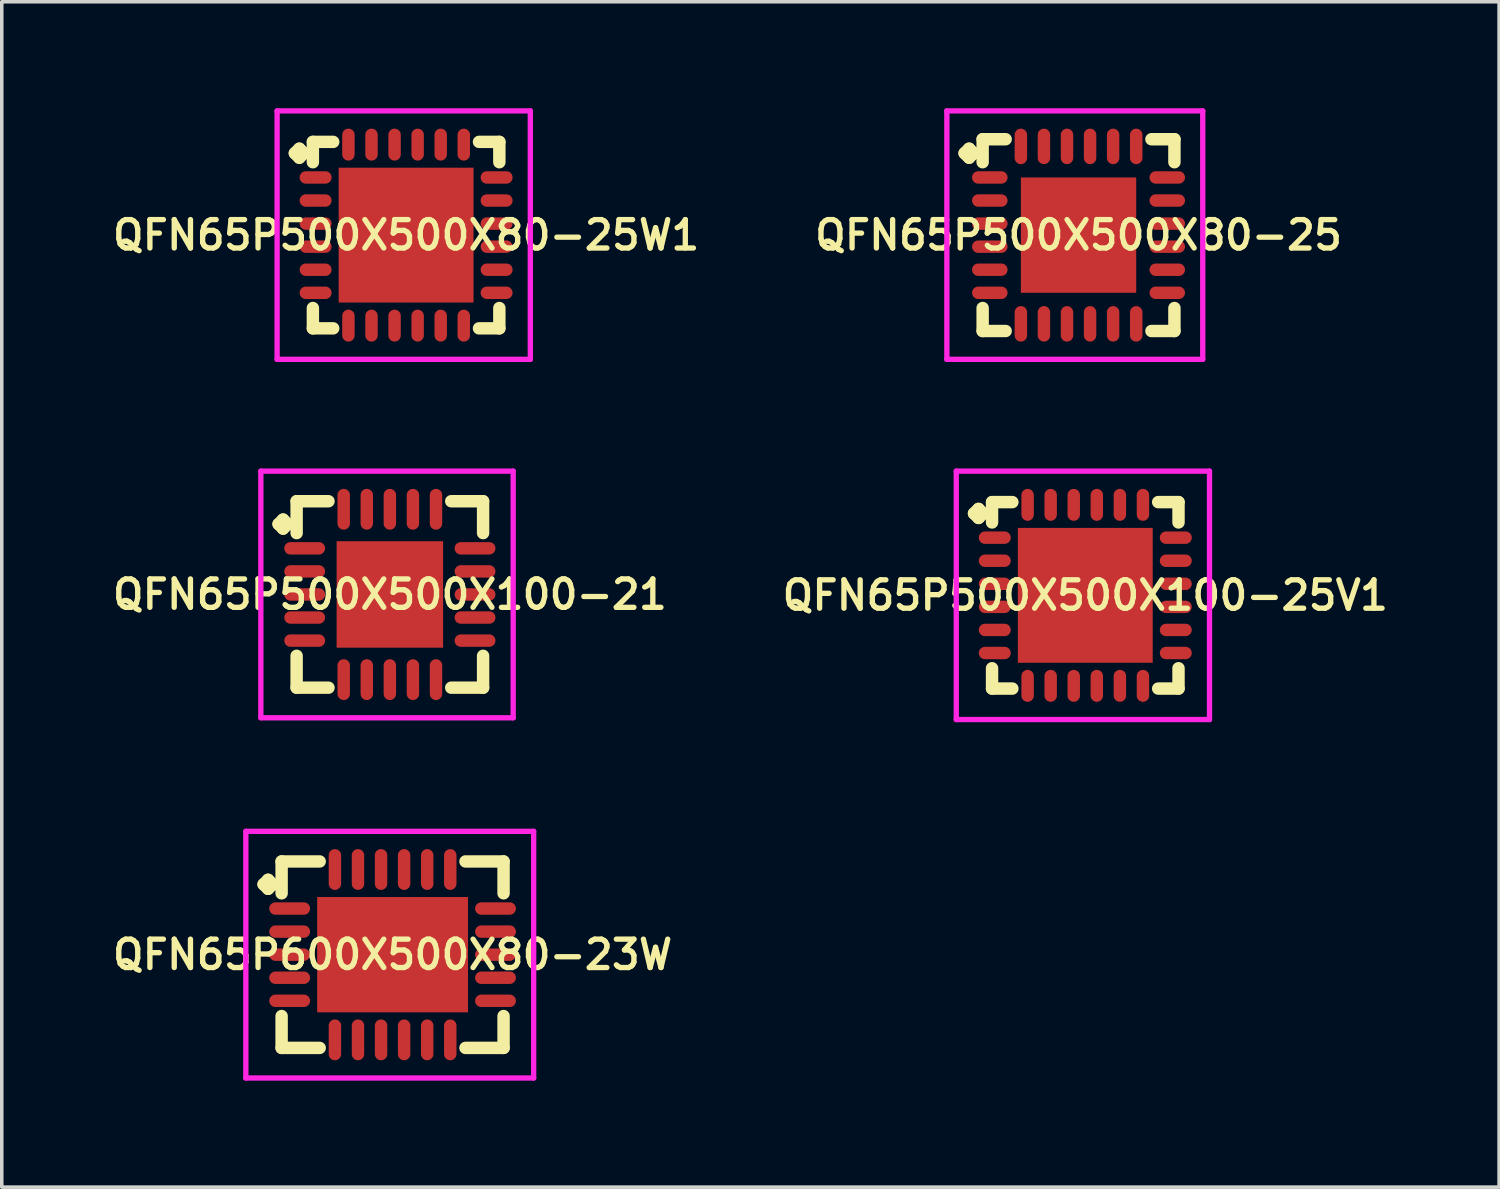
<source format=kicad_pcb>
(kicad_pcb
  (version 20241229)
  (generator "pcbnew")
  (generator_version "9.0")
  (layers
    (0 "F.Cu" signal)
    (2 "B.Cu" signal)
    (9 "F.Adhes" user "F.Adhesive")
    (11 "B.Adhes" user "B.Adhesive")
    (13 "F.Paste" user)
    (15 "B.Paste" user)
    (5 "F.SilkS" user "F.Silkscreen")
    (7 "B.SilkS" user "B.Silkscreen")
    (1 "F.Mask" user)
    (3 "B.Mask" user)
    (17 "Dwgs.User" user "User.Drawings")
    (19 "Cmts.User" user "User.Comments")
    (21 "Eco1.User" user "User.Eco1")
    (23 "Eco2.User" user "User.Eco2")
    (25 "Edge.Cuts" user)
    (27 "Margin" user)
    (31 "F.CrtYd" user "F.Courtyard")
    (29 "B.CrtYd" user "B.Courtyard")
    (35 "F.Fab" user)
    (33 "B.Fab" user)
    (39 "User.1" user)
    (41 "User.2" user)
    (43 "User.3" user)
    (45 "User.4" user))
  (footprint "QFN65P500X500X80-25"
    (layer "F.Cu")
    (at 27.34 3.575)
    (property "Reference" "QFN65P500X500X80-25" (at 0 0 0) (layer "F.SilkS") (effects (font (size 0.8 0.8) (thickness 0.15))))
    (attr smd)
    (fp_line (start -3.21 -2.308) (end -3.083 -2.435) (stroke (width 0.35) (type solid)) (layer "F.SilkS"))
    (fp_line (start -3.083 -2.435) (end -2.956 -2.308) (stroke (width 0.35) (type solid)) (layer "F.SilkS"))
    (fp_line (start -3.083 -2.181) (end -3.21 -2.308) (stroke (width 0.35) (type solid)) (layer "F.SilkS"))
    (fp_line (start -2.956 -2.308) (end -3.083 -2.181) (stroke (width 0.35) (type solid)) (layer "F.SilkS"))
    (fp_line (start -2.702 -2.702) (end -2.054 -2.702) (stroke (width 0.35) (type solid)) (layer "F.SilkS"))
    (fp_line (start -2.702 -2.054) (end -2.702 -2.702) (stroke (width 0.35) (type solid)) (layer "F.SilkS"))
    (fp_line (start -2.702 2.054) (end -2.702 2.702) (stroke (width 0.35) (type solid)) (layer "F.SilkS"))
    (fp_line (start -2.702 2.702) (end -2.054 2.702) (stroke (width 0.35) (type solid)) (layer "F.SilkS"))
    (fp_line (start 2.054 -2.702) (end 2.702 -2.702) (stroke (width 0.35) (type solid)) (layer "F.SilkS"))
    (fp_line (start 2.054 2.702) (end 2.702 2.702) (stroke (width 0.35) (type solid)) (layer "F.SilkS"))
    (fp_line (start 2.702 -2.702) (end 2.702 -2.054) (stroke (width 0.35) (type solid)) (layer "F.SilkS"))
    (fp_line (start 2.702 2.702) (end 2.702 2.054) (stroke (width 0.35) (type solid)) (layer "F.SilkS"))
    (fp_line (start -3.71 -3.5) (end 3.5 -3.5) (stroke (width 0.15) (type solid)) (layer "F.CrtYd"))
    (fp_line (start -3.71 3.5) (end -3.71 -3.5) (stroke (width 0.15) (type solid)) (layer "F.CrtYd"))
    (fp_line (start 3.5 -3.5) (end 3.5 3.5) (stroke (width 0.15) (type solid)) (layer "F.CrtYd"))
    (fp_line (start 3.5 3.5) (end -3.71 3.5) (stroke (width 0.15) (type solid)) (layer "F.CrtYd"))
    (pad "1" smd oval (at -2.5 -1.625) (size 1 0.35) (layers "F.Cu" "F.Mask" "F.Paste"))
    (pad "2" smd oval (at -2.5 -0.975) (size 1 0.35) (layers "F.Cu" "F.Mask" "F.Paste"))
    (pad "3" smd oval (at -2.5 -0.325) (size 1 0.35) (layers "F.Cu" "F.Mask" "F.Paste"))
    (pad "4" smd oval (at -2.5 0.325) (size 1 0.35) (layers "F.Cu" "F.Mask" "F.Paste"))
    (pad "5" smd oval (at -2.5 0.975) (size 1 0.35) (layers "F.Cu" "F.Mask" "F.Paste"))
    (pad "6" smd oval (at -2.5 1.625) (size 1 0.35) (layers "F.Cu" "F.Mask" "F.Paste"))
    (pad "7" smd oval (at -1.625 2.5) (size 0.35 1) (layers "F.Cu" "F.Mask" "F.Paste"))
    (pad "8" smd oval (at -0.975 2.5) (size 0.35 1) (layers "F.Cu" "F.Mask" "F.Paste"))
    (pad "9" smd oval (at -0.325 2.5) (size 0.35 1) (layers "F.Cu" "F.Mask" "F.Paste"))
    (pad "10" smd oval (at 0.325 2.5) (size 0.35 1) (layers "F.Cu" "F.Mask" "F.Paste"))
    (pad "11" smd oval (at 0.975 2.5) (size 0.35 1) (layers "F.Cu" "F.Mask" "F.Paste"))
    (pad "12" smd oval (at 1.625 2.5) (size 0.35 1) (layers "F.Cu" "F.Mask" "F.Paste"))
    (pad "13" smd oval (at 2.5 1.625) (size 1 0.35) (layers "F.Cu" "F.Mask" "F.Paste"))
    (pad "14" smd oval (at 2.5 0.975) (size 1 0.35) (layers "F.Cu" "F.Mask" "F.Paste"))
    (pad "15" smd oval (at 2.5 0.325) (size 1 0.35) (layers "F.Cu" "F.Mask" "F.Paste"))
    (pad "16" smd oval (at 2.5 -0.325) (size 1 0.35) (layers "F.Cu" "F.Mask" "F.Paste"))
    (pad "17" smd oval (at 2.5 -0.975) (size 1 0.35) (layers "F.Cu" "F.Mask" "F.Paste"))
    (pad "18" smd oval (at 2.5 -1.625) (size 1 0.35) (layers "F.Cu" "F.Mask" "F.Paste"))
    (pad "19" smd oval (at 1.625 -2.5) (size 0.35 1) (layers "F.Cu" "F.Mask" "F.Paste"))
    (pad "20" smd oval (at 0.975 -2.5) (size 0.35 1) (layers "F.Cu" "F.Mask" "F.Paste"))
    (pad "21" smd oval (at 0.325 -2.5) (size 0.35 1) (layers "F.Cu" "F.Mask" "F.Paste"))
    (pad "22" smd oval (at -0.325 -2.5) (size 0.35 1) (layers "F.Cu" "F.Mask" "F.Paste"))
    (pad "23" smd oval (at -0.975 -2.5) (size 0.35 1) (layers "F.Cu" "F.Mask" "F.Paste"))
    (pad "24" smd oval (at -1.625 -2.5) (size 0.35 1) (layers "F.Cu" "F.Mask" "F.Paste"))
    (pad "25" smd rect (at 0 0) (size 3.25 3.25) (layers "F.Cu" "F.Mask" "F.Paste")))
  (footprint "QFN65P500X500X80-25W1"
    (layer "F.Cu")
    (at 8.393 3.575)
    (property "Reference" "QFN65P500X500X80-25W1" (at 0 0 0) (layer "F.SilkS") (effects (font (size 0.8 0.8) (thickness 0.15))))
    (attr smd)
    (fp_line (start -3.135 -2.308) (end -3.008 -2.435) (stroke (width 0.35) (type solid)) (layer "F.SilkS"))
    (fp_line (start -3.008 -2.435) (end -2.881 -2.308) (stroke (width 0.35) (type solid)) (layer "F.SilkS"))
    (fp_line (start -3.008 -2.181) (end -3.135 -2.308) (stroke (width 0.35) (type solid)) (layer "F.SilkS"))
    (fp_line (start -2.881 -2.308) (end -3.008 -2.181) (stroke (width 0.35) (type solid)) (layer "F.SilkS"))
    (fp_line (start -2.627 -2.627) (end -2.054 -2.627) (stroke (width 0.35) (type solid)) (layer "F.SilkS"))
    (fp_line (start -2.627 -2.054) (end -2.627 -2.627) (stroke (width 0.35) (type solid)) (layer "F.SilkS"))
    (fp_line (start -2.627 2.054) (end -2.627 2.627) (stroke (width 0.35) (type solid)) (layer "F.SilkS"))
    (fp_line (start -2.627 2.627) (end -2.054 2.627) (stroke (width 0.35) (type solid)) (layer "F.SilkS"))
    (fp_line (start 2.054 -2.627) (end 2.627 -2.627) (stroke (width 0.35) (type solid)) (layer "F.SilkS"))
    (fp_line (start 2.054 2.627) (end 2.627 2.627) (stroke (width 0.35) (type solid)) (layer "F.SilkS"))
    (fp_line (start 2.627 -2.627) (end 2.627 -2.054) (stroke (width 0.35) (type solid)) (layer "F.SilkS"))
    (fp_line (start 2.627 2.627) (end 2.627 2.054) (stroke (width 0.35) (type solid)) (layer "F.SilkS"))
    (fp_line (start -3.635 -3.5) (end 3.5 -3.5) (stroke (width 0.15) (type solid)) (layer "F.CrtYd"))
    (fp_line (start -3.635 3.5) (end -3.635 -3.5) (stroke (width 0.15) (type solid)) (layer "F.CrtYd"))
    (fp_line (start 3.5 -3.5) (end 3.5 3.5) (stroke (width 0.15) (type solid)) (layer "F.CrtYd"))
    (fp_line (start 3.5 3.5) (end -3.635 3.5) (stroke (width 0.15) (type solid)) (layer "F.CrtYd"))
    (pad "1" smd oval (at -2.55 -1.625) (size 0.9 0.35) (layers "F.Cu" "F.Mask" "F.Paste"))
    (pad "2" smd oval (at -2.55 -0.975) (size 0.9 0.35) (layers "F.Cu" "F.Mask" "F.Paste"))
    (pad "3" smd oval (at -2.55 -0.325) (size 0.9 0.35) (layers "F.Cu" "F.Mask" "F.Paste"))
    (pad "4" smd oval (at -2.55 0.325) (size 0.9 0.35) (layers "F.Cu" "F.Mask" "F.Paste"))
    (pad "5" smd oval (at -2.55 0.975) (size 0.9 0.35) (layers "F.Cu" "F.Mask" "F.Paste"))
    (pad "6" smd oval (at -2.55 1.625) (size 0.9 0.35) (layers "F.Cu" "F.Mask" "F.Paste"))
    (pad "7" smd oval (at -1.625 2.55) (size 0.35 0.9) (layers "F.Cu" "F.Mask" "F.Paste"))
    (pad "8" smd oval (at -0.975 2.55) (size 0.35 0.9) (layers "F.Cu" "F.Mask" "F.Paste"))
    (pad "9" smd oval (at -0.325 2.55) (size 0.35 0.9) (layers "F.Cu" "F.Mask" "F.Paste"))
    (pad "10" smd oval (at 0.325 2.55) (size 0.35 0.9) (layers "F.Cu" "F.Mask" "F.Paste"))
    (pad "11" smd oval (at 0.975 2.55) (size 0.35 0.9) (layers "F.Cu" "F.Mask" "F.Paste"))
    (pad "12" smd oval (at 1.625 2.55) (size 0.35 0.9) (layers "F.Cu" "F.Mask" "F.Paste"))
    (pad "13" smd oval (at 2.55 1.625) (size 0.9 0.35) (layers "F.Cu" "F.Mask" "F.Paste"))
    (pad "14" smd oval (at 2.55 0.975) (size 0.9 0.35) (layers "F.Cu" "F.Mask" "F.Paste"))
    (pad "15" smd oval (at 2.55 0.325) (size 0.9 0.35) (layers "F.Cu" "F.Mask" "F.Paste"))
    (pad "16" smd oval (at 2.55 -0.325) (size 0.9 0.35) (layers "F.Cu" "F.Mask" "F.Paste"))
    (pad "17" smd oval (at 2.55 -0.975) (size 0.9 0.35) (layers "F.Cu" "F.Mask" "F.Paste"))
    (pad "18" smd oval (at 2.55 -1.625) (size 0.9 0.35) (layers "F.Cu" "F.Mask" "F.Paste"))
    (pad "19" smd oval (at 1.625 -2.55) (size 0.35 0.9) (layers "F.Cu" "F.Mask" "F.Paste"))
    (pad "20" smd oval (at 0.975 -2.55) (size 0.35 0.9) (layers "F.Cu" "F.Mask" "F.Paste"))
    (pad "21" smd oval (at 0.325 -2.55) (size 0.35 0.9) (layers "F.Cu" "F.Mask" "F.Paste"))
    (pad "22" smd oval (at -0.325 -2.55) (size 0.35 0.9) (layers "F.Cu" "F.Mask" "F.Paste"))
    (pad "23" smd oval (at -0.975 -2.55) (size 0.35 0.9) (layers "F.Cu" "F.Mask" "F.Paste"))
    (pad "24" smd oval (at -1.625 -2.55) (size 0.35 0.9) (layers "F.Cu" "F.Mask" "F.Paste"))
    (pad "25" smd rect (at 0 0) (size 3.8 3.8) (layers "F.Cu" "F.Mask" "F.Paste")))
  (footprint "QFN65P500X500X100-21"
    (layer "F.Cu")
    (at 7.935 13.7)
    (property "Reference" "QFN65P500X500X100-21" (at 0 0 0) (layer "F.SilkS") (effects (font (size 0.8 0.8) (thickness 0.15))))
    (attr smd)
    (fp_line (start -3.135 -1.983) (end -3.008 -2.11) (stroke (width 0.35) (type solid)) (layer "F.SilkS"))
    (fp_line (start -3.008 -2.11) (end -2.881 -1.983) (stroke (width 0.35) (type solid)) (layer "F.SilkS"))
    (fp_line (start -3.008 -1.856) (end -3.135 -1.983) (stroke (width 0.35) (type solid)) (layer "F.SilkS"))
    (fp_line (start -2.881 -1.983) (end -3.008 -1.856) (stroke (width 0.35) (type solid)) (layer "F.SilkS"))
    (fp_line (start -2.627 -2.627) (end -1.729 -2.627) (stroke (width 0.35) (type solid)) (layer "F.SilkS"))
    (fp_line (start -2.627 -1.729) (end -2.627 -2.627) (stroke (width 0.35) (type solid)) (layer "F.SilkS"))
    (fp_line (start -2.627 1.729) (end -2.627 2.627) (stroke (width 0.35) (type solid)) (layer "F.SilkS"))
    (fp_line (start -2.627 2.627) (end -1.729 2.627) (stroke (width 0.35) (type solid)) (layer "F.SilkS"))
    (fp_line (start 1.729 -2.627) (end 2.627 -2.627) (stroke (width 0.35) (type solid)) (layer "F.SilkS"))
    (fp_line (start 1.729 2.627) (end 2.627 2.627) (stroke (width 0.35) (type solid)) (layer "F.SilkS"))
    (fp_line (start 2.627 -2.627) (end 2.627 -1.729) (stroke (width 0.35) (type solid)) (layer "F.SilkS"))
    (fp_line (start 2.627 2.627) (end 2.627 1.729) (stroke (width 0.35) (type solid)) (layer "F.SilkS"))
    (fp_line (start -3.635 -3.475) (end 3.475 -3.475) (stroke (width 0.15) (type solid)) (layer "F.CrtYd"))
    (fp_line (start -3.635 3.475) (end -3.635 -3.475) (stroke (width 0.15) (type solid)) (layer "F.CrtYd"))
    (fp_line (start 3.475 -3.475) (end 3.475 3.475) (stroke (width 0.15) (type solid)) (layer "F.CrtYd"))
    (fp_line (start 3.475 3.475) (end -3.635 3.475) (stroke (width 0.15) (type solid)) (layer "F.CrtYd"))
    (pad "1" smd oval (at -2.4 -1.3) (size 1.15 0.35) (layers "F.Cu" "F.Mask" "F.Paste"))
    (pad "2" smd oval (at -2.4 -0.65) (size 1.15 0.35) (layers "F.Cu" "F.Mask" "F.Paste"))
    (pad "3" smd oval (at -2.4 0) (size 1.15 0.35) (layers "F.Cu" "F.Mask" "F.Paste"))
    (pad "4" smd oval (at -2.4 0.65) (size 1.15 0.35) (layers "F.Cu" "F.Mask" "F.Paste"))
    (pad "5" smd oval (at -2.4 1.3) (size 1.15 0.35) (layers "F.Cu" "F.Mask" "F.Paste"))
    (pad "6" smd oval (at -1.3 2.4) (size 0.35 1.15) (layers "F.Cu" "F.Mask" "F.Paste"))
    (pad "7" smd oval (at -0.65 2.4) (size 0.35 1.15) (layers "F.Cu" "F.Mask" "F.Paste"))
    (pad "8" smd oval (at 0 2.4) (size 0.35 1.15) (layers "F.Cu" "F.Mask" "F.Paste"))
    (pad "9" smd oval (at 0.65 2.4) (size 0.35 1.15) (layers "F.Cu" "F.Mask" "F.Paste"))
    (pad "10" smd oval (at 1.3 2.4) (size 0.35 1.15) (layers "F.Cu" "F.Mask" "F.Paste"))
    (pad "11" smd oval (at 2.4 1.3) (size 1.15 0.35) (layers "F.Cu" "F.Mask" "F.Paste"))
    (pad "12" smd oval (at 2.4 0.65) (size 1.15 0.35) (layers "F.Cu" "F.Mask" "F.Paste"))
    (pad "13" smd oval (at 2.4 0) (size 1.15 0.35) (layers "F.Cu" "F.Mask" "F.Paste"))
    (pad "14" smd oval (at 2.4 -0.65) (size 1.15 0.35) (layers "F.Cu" "F.Mask" "F.Paste"))
    (pad "15" smd oval (at 2.4 -1.3) (size 1.15 0.35) (layers "F.Cu" "F.Mask" "F.Paste"))
    (pad "16" smd oval (at 1.3 -2.4) (size 0.35 1.15) (layers "F.Cu" "F.Mask" "F.Paste"))
    (pad "17" smd oval (at 0.65 -2.4) (size 0.35 1.15) (layers "F.Cu" "F.Mask" "F.Paste"))
    (pad "18" smd oval (at 0 -2.4) (size 0.35 1.15) (layers "F.Cu" "F.Mask" "F.Paste"))
    (pad "19" smd oval (at -0.65 -2.4) (size 0.35 1.15) (layers "F.Cu" "F.Mask" "F.Paste"))
    (pad "20" smd oval (at -1.3 -2.4) (size 0.35 1.15) (layers "F.Cu" "F.Mask" "F.Paste"))
    (pad "21" smd rect (at 0 0) (size 3 3) (layers "F.Cu" "F.Mask" "F.Paste")))
  (footprint "QFN65P600X500X80-23W"
    (layer "F.Cu")
    (at 8.012 23.85)
    (property "Reference" "QFN65P600X500X80-23W" (at 0 0 0) (layer "F.SilkS") (effects (font (size 0.8 0.8) (thickness 0.15))))
    (attr through_hole)
    (fp_line (start -3.635 -1.983) (end -3.508 -2.11) (stroke (width 0.35) (type solid)) (layer "F.SilkS"))
    (fp_line (start -3.508 -2.11) (end -3.381 -1.983) (stroke (width 0.35) (type solid)) (layer "F.SilkS"))
    (fp_line (start -3.508 -1.856) (end -3.635 -1.983) (stroke (width 0.35) (type solid)) (layer "F.SilkS"))
    (fp_line (start -3.381 -1.983) (end -3.508 -1.856) (stroke (width 0.35) (type solid)) (layer "F.SilkS"))
    (fp_line (start -3.127 -2.627) (end -2.054 -2.627) (stroke (width 0.35) (type solid)) (layer "F.SilkS"))
    (fp_line (start -3.127 -1.729) (end -3.127 -2.627) (stroke (width 0.35) (type solid)) (layer "F.SilkS"))
    (fp_line (start -3.127 1.729) (end -3.127 2.627) (stroke (width 0.35) (type solid)) (layer "F.SilkS"))
    (fp_line (start -3.127 2.627) (end -2.054 2.627) (stroke (width 0.35) (type solid)) (layer "F.SilkS"))
    (fp_line (start 2.054 -2.627) (end 3.127 -2.627) (stroke (width 0.35) (type solid)) (layer "F.SilkS"))
    (fp_line (start 2.054 2.627) (end 3.127 2.627) (stroke (width 0.35) (type solid)) (layer "F.SilkS"))
    (fp_line (start 3.127 -2.627) (end 3.127 -1.729) (stroke (width 0.35) (type solid)) (layer "F.SilkS"))
    (fp_line (start 3.127 2.627) (end 3.127 1.729) (stroke (width 0.35) (type solid)) (layer "F.SilkS"))
    (fp_line (start -4.135 -3.475) (end 3.975 -3.475) (stroke (width 0.15) (type solid)) (layer "F.CrtYd"))
    (fp_line (start -4.135 3.475) (end -4.135 -3.475) (stroke (width 0.15) (type solid)) (layer "F.CrtYd"))
    (fp_line (start 3.975 -3.475) (end 3.975 3.475) (stroke (width 0.15) (type solid)) (layer "F.CrtYd"))
    (fp_line (start 3.975 3.475) (end -4.135 3.475) (stroke (width 0.15) (type solid)) (layer "F.CrtYd"))
    (pad "1" smd oval (at -2.9 -1.3) (size 1.15 0.35) (layers "F.Cu" "F.Mask" "F.Paste"))
    (pad "2" smd oval (at -2.9 -0.65) (size 1.15 0.35) (layers "F.Cu" "F.Mask" "F.Paste"))
    (pad "3" smd oval (at -2.9 0) (size 1.15 0.35) (layers "F.Cu" "F.Mask" "F.Paste"))
    (pad "4" smd oval (at -2.9 0.65) (size 1.15 0.35) (layers "F.Cu" "F.Mask" "F.Paste"))
    (pad "5" smd oval (at -2.9 1.3) (size 1.15 0.35) (layers "F.Cu" "F.Mask" "F.Paste"))
    (pad "6" smd oval (at -1.625 2.4) (size 0.35 1.15) (layers "F.Cu" "F.Mask" "F.Paste"))
    (pad "7" smd oval (at -0.975 2.4) (size 0.35 1.15) (layers "F.Cu" "F.Mask" "F.Paste"))
    (pad "8" smd oval (at -0.325 2.4) (size 0.35 1.15) (layers "F.Cu" "F.Mask" "F.Paste"))
    (pad "9" smd oval (at 0.325 2.4) (size 0.35 1.15) (layers "F.Cu" "F.Mask" "F.Paste"))
    (pad "10" smd oval (at 0.975 2.4) (size 0.35 1.15) (layers "F.Cu" "F.Mask" "F.Paste"))
    (pad "11" smd oval (at 1.625 2.4) (size 0.35 1.15) (layers "F.Cu" "F.Mask" "F.Paste"))
    (pad "12" smd oval (at 2.9 1.3) (size 1.15 0.35) (layers "F.Cu" "F.Mask" "F.Paste"))
    (pad "13" smd oval (at 2.9 0.65) (size 1.15 0.35) (layers "F.Cu" "F.Mask" "F.Paste"))
    (pad "14" smd oval (at 2.9 0) (size 1.15 0.35) (layers "F.Cu" "F.Mask" "F.Paste"))
    (pad "15" smd oval (at 2.9 -0.65) (size 1.15 0.35) (layers "F.Cu" "F.Mask" "F.Paste"))
    (pad "16" smd oval (at 2.9 -1.3) (size 1.15 0.35) (layers "F.Cu" "F.Mask" "F.Paste"))
    (pad "17" smd oval (at 1.625 -2.4) (size 0.35 1.15) (layers "F.Cu" "F.Mask" "F.Paste"))
    (pad "18" smd oval (at 0.975 -2.4) (size 0.35 1.15) (layers "F.Cu" "F.Mask" "F.Paste"))
    (pad "19" smd oval (at 0.325 -2.4) (size 0.35 1.15) (layers "F.Cu" "F.Mask" "F.Paste"))
    (pad "20" smd oval (at -0.325 -2.4) (size 0.35 1.15) (layers "F.Cu" "F.Mask" "F.Paste"))
    (pad "21" smd oval (at -0.975 -2.4) (size 0.35 1.15) (layers "F.Cu" "F.Mask" "F.Paste"))
    (pad "22" smd oval (at -1.625 -2.4) (size 0.35 1.15) (layers "F.Cu" "F.Mask" "F.Paste"))
    (pad "23" smd rect (at 0 0) (size 4.25 3.25) (layers "F.Cu" "F.Mask" "F.Paste")))
  (footprint "QFN65P500X500X100-25V1"
    (layer "F.Cu")
    (at 27.53 13.725)
    (property "Reference" "QFN65P500X500X100-25V1" (at 0 0 0) (layer "F.SilkS") (effects (font (size 0.8 0.8) (thickness 0.15))))
    (attr smd)
    (fp_line (start -3.135 -2.308) (end -3.008 -2.435) (stroke (width 0.35) (type solid)) (layer "F.SilkS"))
    (fp_line (start -3.008 -2.435) (end -2.881 -2.308) (stroke (width 0.35) (type solid)) (layer "F.SilkS"))
    (fp_line (start -3.008 -2.181) (end -3.135 -2.308) (stroke (width 0.35) (type solid)) (layer "F.SilkS"))
    (fp_line (start -2.881 -2.308) (end -3.008 -2.181) (stroke (width 0.35) (type solid)) (layer "F.SilkS"))
    (fp_line (start -2.627 -2.627) (end -2.054 -2.627) (stroke (width 0.35) (type solid)) (layer "F.SilkS"))
    (fp_line (start -2.627 -2.054) (end -2.627 -2.627) (stroke (width 0.35) (type solid)) (layer "F.SilkS"))
    (fp_line (start -2.627 2.054) (end -2.627 2.627) (stroke (width 0.35) (type solid)) (layer "F.SilkS"))
    (fp_line (start -2.627 2.627) (end -2.054 2.627) (stroke (width 0.35) (type solid)) (layer "F.SilkS"))
    (fp_line (start 2.054 -2.627) (end 2.627 -2.627) (stroke (width 0.35) (type solid)) (layer "F.SilkS"))
    (fp_line (start 2.054 2.627) (end 2.627 2.627) (stroke (width 0.35) (type solid)) (layer "F.SilkS"))
    (fp_line (start 2.627 -2.627) (end 2.627 -2.054) (stroke (width 0.35) (type solid)) (layer "F.SilkS"))
    (fp_line (start 2.627 2.627) (end 2.627 2.054) (stroke (width 0.35) (type solid)) (layer "F.SilkS"))
    (fp_line (start -3.635 -3.5) (end 3.5 -3.5) (stroke (width 0.15) (type solid)) (layer "F.CrtYd"))
    (fp_line (start -3.635 3.5) (end -3.635 -3.5) (stroke (width 0.15) (type solid)) (layer "F.CrtYd"))
    (fp_line (start 3.5 -3.5) (end 3.5 3.5) (stroke (width 0.15) (type solid)) (layer "F.CrtYd"))
    (fp_line (start 3.5 3.5) (end -3.635 3.5) (stroke (width 0.15) (type solid)) (layer "F.CrtYd"))
    (pad "1" smd oval (at -2.55 -1.625) (size 0.9 0.35) (layers "F.Cu" "F.Mask" "F.Paste"))
    (pad "2" smd oval (at -2.55 -0.975) (size 0.9 0.35) (layers "F.Cu" "F.Mask" "F.Paste"))
    (pad "3" smd oval (at -2.55 -0.325) (size 0.9 0.35) (layers "F.Cu" "F.Mask" "F.Paste"))
    (pad "4" smd oval (at -2.55 0.325) (size 0.9 0.35) (layers "F.Cu" "F.Mask" "F.Paste"))
    (pad "5" smd oval (at -2.55 0.975) (size 0.9 0.35) (layers "F.Cu" "F.Mask" "F.Paste"))
    (pad "6" smd oval (at -2.55 1.625) (size 0.9 0.35) (layers "F.Cu" "F.Mask" "F.Paste"))
    (pad "7" smd oval (at -1.625 2.55) (size 0.35 0.9) (layers "F.Cu" "F.Mask" "F.Paste"))
    (pad "8" smd oval (at -0.975 2.55) (size 0.35 0.9) (layers "F.Cu" "F.Mask" "F.Paste"))
    (pad "9" smd oval (at -0.325 2.55) (size 0.35 0.9) (layers "F.Cu" "F.Mask" "F.Paste"))
    (pad "10" smd oval (at 0.325 2.55) (size 0.35 0.9) (layers "F.Cu" "F.Mask" "F.Paste"))
    (pad "11" smd oval (at 0.975 2.55) (size 0.35 0.9) (layers "F.Cu" "F.Mask" "F.Paste"))
    (pad "12" smd oval (at 1.625 2.55) (size 0.35 0.9) (layers "F.Cu" "F.Mask" "F.Paste"))
    (pad "13" smd oval (at 2.55 1.625) (size 0.9 0.35) (layers "F.Cu" "F.Mask" "F.Paste"))
    (pad "14" smd oval (at 2.55 0.975) (size 0.9 0.35) (layers "F.Cu" "F.Mask" "F.Paste"))
    (pad "15" smd oval (at 2.55 0.325) (size 0.9 0.35) (layers "F.Cu" "F.Mask" "F.Paste"))
    (pad "16" smd oval (at 2.55 -0.325) (size 0.9 0.35) (layers "F.Cu" "F.Mask" "F.Paste"))
    (pad "17" smd oval (at 2.55 -0.975) (size 0.9 0.35) (layers "F.Cu" "F.Mask" "F.Paste"))
    (pad "18" smd oval (at 2.55 -1.625) (size 0.9 0.35) (layers "F.Cu" "F.Mask" "F.Paste"))
    (pad "19" smd oval (at 1.625 -2.55) (size 0.35 0.9) (layers "F.Cu" "F.Mask" "F.Paste"))
    (pad "20" smd oval (at 0.975 -2.55) (size 0.35 0.9) (layers "F.Cu" "F.Mask" "F.Paste"))
    (pad "21" smd oval (at 0.325 -2.55) (size 0.35 0.9) (layers "F.Cu" "F.Mask" "F.Paste"))
    (pad "22" smd oval (at -0.325 -2.55) (size 0.35 0.9) (layers "F.Cu" "F.Mask" "F.Paste"))
    (pad "23" smd oval (at -0.975 -2.55) (size 0.35 0.9) (layers "F.Cu" "F.Mask" "F.Paste"))
    (pad "24" smd oval (at -1.625 -2.55) (size 0.35 0.9) (layers "F.Cu" "F.Mask" "F.Paste"))
    (pad "25" smd rect (at 0 0) (size 3.8 3.8) (layers "F.Cu" "F.Mask" "F.Paste")))
  (gr_rect
    (start -3 -3)
    (end 39.19 30.4)
    (stroke (width 0.1) (type default))
    (fill no)
    (layer "Edge.Cuts")))
</source>
